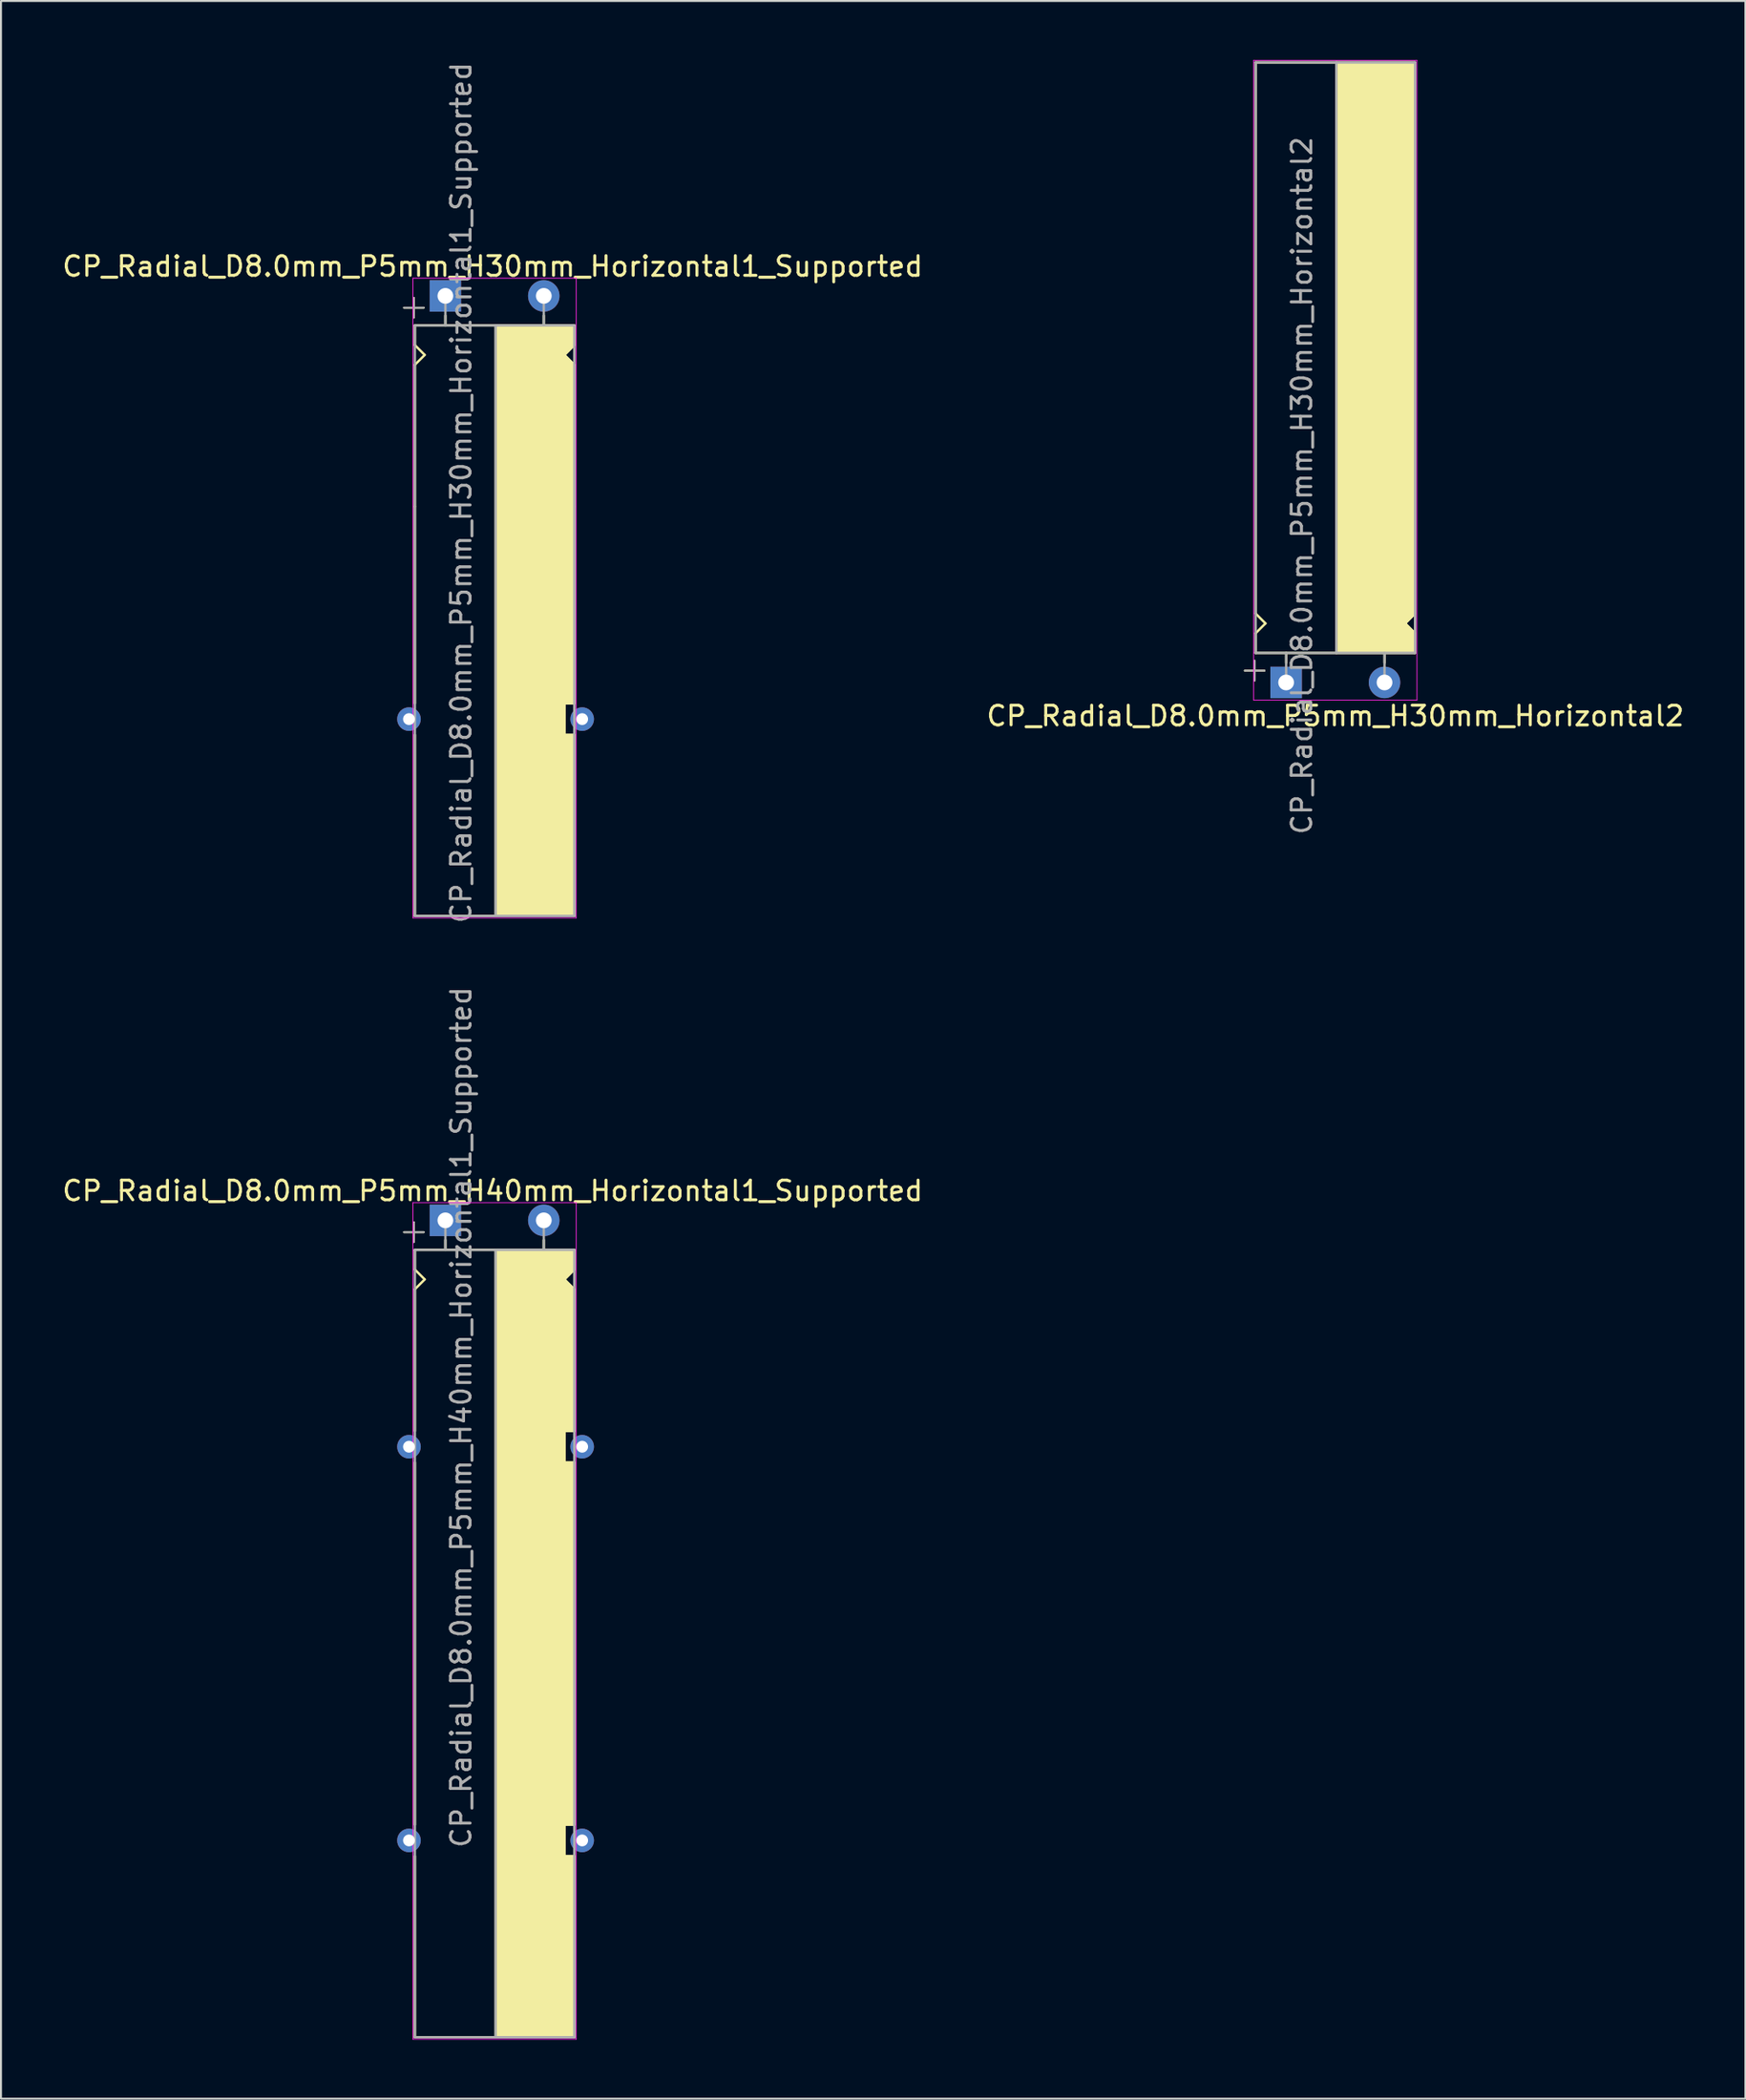
<source format=kicad_pcb>
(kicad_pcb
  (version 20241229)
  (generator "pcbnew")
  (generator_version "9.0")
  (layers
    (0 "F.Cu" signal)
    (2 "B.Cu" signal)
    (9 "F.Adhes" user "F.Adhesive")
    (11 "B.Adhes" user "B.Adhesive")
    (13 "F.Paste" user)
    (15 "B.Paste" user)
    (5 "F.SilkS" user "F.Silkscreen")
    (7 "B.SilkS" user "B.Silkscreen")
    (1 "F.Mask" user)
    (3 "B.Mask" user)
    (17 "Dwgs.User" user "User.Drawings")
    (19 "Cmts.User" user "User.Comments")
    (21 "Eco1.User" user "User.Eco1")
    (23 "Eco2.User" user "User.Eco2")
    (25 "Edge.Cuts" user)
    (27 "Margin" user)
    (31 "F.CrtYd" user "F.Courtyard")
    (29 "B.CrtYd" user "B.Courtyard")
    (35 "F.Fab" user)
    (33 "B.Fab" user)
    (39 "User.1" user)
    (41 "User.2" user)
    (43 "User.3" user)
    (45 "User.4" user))
  (footprint "CP_Radial_D8.0mm_P5mm_H30mm_Horizontal2"
    (layer "F.Cu")
    (at 63.104 31.62)
    (property "Reference" "CP_Radial_D8.0mm_P5mm_H30mm_Horizontal2" (at 1.7 1.7 0) (layer "F.SilkS") (effects (font (size 1 1) (thickness 0.15))))
    (attr through_hole)
    (fp_line (start -2.9 -0.6) (end -1.9 -0.6) (stroke (width 0.1) (type solid)) (layer "F.SilkS"))
    (fp_line (start -2.4 -0.1) (end -2.4 -1.1) (stroke (width 0.1) (type solid)) (layer "F.SilkS"))
    (fp_line (start -2.35 -31.5) (end 5.75 -31.5) (stroke (width 0.12) (type solid)) (layer "F.SilkS"))
    (fp_line (start -2.35 -3.5) (end -2.35 -31.5) (stroke (width 0.12) (type solid)) (layer "F.SilkS"))
    (fp_line (start -2.35 -3.5) (end -1.85 -3) (stroke (width 0.12) (type solid)) (layer "F.SilkS"))
    (fp_line (start -2.35 -2.5) (end -2.35 -1.5) (stroke (width 0.12) (type solid)) (layer "F.SilkS"))
    (fp_line (start -2.35 -1.5) (end 5.75 -1.5) (stroke (width 0.12) (type solid)) (layer "F.SilkS"))
    (fp_line (start -1.85 -3) (end -2.35 -2.5) (stroke (width 0.12) (type solid)) (layer "F.SilkS"))
    (fp_line (start -0.8 -1) (end -0.8 -1.5) (stroke (width 0.12) (type solid)) (layer "F.SilkS"))
    (fp_line (start 1.75 -31.5) (end 1.75 -1.5) (stroke (width 0.12) (type solid)) (layer "F.SilkS"))
    (fp_line (start 4.2 -1) (end 4.2 -1.5) (stroke (width 0.12) (type solid)) (layer "F.SilkS"))
    (fp_line (start 5.25 -3) (end 5.75 -2.5) (stroke (width 0.12) (type solid)) (layer "F.SilkS"))
    (fp_line (start 5.75 -21.5) (end 5.65 -21.5) (stroke (width 0.12) (type solid)) (layer "F.SilkS"))
    (fp_line (start 5.75 -3.5) (end 5.25 -3) (stroke (width 0.12) (type solid)) (layer "F.SilkS"))
    (fp_line (start 5.75 -3.5) (end 5.75 -31.5) (stroke (width 0.12) (type solid)) (layer "F.SilkS"))
    (fp_line (start 5.75 -2.5) (end 5.75 -1.5) (stroke (width 0.12) (type solid)) (layer "F.SilkS"))
    (fp_poly (pts (xy 5.75 -2.5) (xy 5.25 -3) (xy 5.75 -3.5) (xy 5.75 -31.5) (xy 1.75 -31.5) (xy 1.75 -1.5) (xy 5.75 -1.5)) (stroke (width 0.1) (type solid)) (fill yes) (layer "F.SilkS"))
    (fp_line (start -2.45 -31.6) (end -2.45 -1.5) (stroke (width 0.04) (type solid)) (layer "F.CrtYd"))
    (fp_line (start -2.45 -1.5) (end -2.45 0.9) (stroke (width 0.04) (type solid)) (layer "F.CrtYd"))
    (fp_line (start -2.45 0.9) (end 5.85 0.9) (stroke (width 0.04) (type solid)) (layer "F.CrtYd"))
    (fp_line (start 5.85 -31.6) (end -2.45 -31.6) (stroke (width 0.04) (type solid)) (layer "F.CrtYd"))
    (fp_line (start 5.85 0.9) (end 5.85 -31.6) (stroke (width 0.04) (type solid)) (layer "F.CrtYd"))
    (fp_line (start -2.9 -0.6) (end -1.9 -0.6) (stroke (width 0.1) (type solid)) (layer "F.Fab"))
    (fp_line (start -2.4 -0.1) (end -2.4 -1.1) (stroke (width 0.1) (type solid)) (layer "F.Fab"))
    (fp_line (start -2.35 -31.5) (end -2.35 -1.5) (stroke (width 0.12) (type solid)) (layer "F.Fab"))
    (fp_line (start -2.35 -1.5) (end 5.75 -1.5) (stroke (width 0.12) (type solid)) (layer "F.Fab"))
    (fp_line (start -0.8 -1.5) (end -0.8 0) (stroke (width 0.12) (type solid)) (layer "F.Fab"))
    (fp_line (start 1.75 -1.5) (end 1.75 -31.5) (stroke (width 0.12) (type solid)) (layer "F.Fab"))
    (fp_line (start 4.2 -1.5) (end 4.2 0) (stroke (width 0.12) (type solid)) (layer "F.Fab"))
    (fp_line (start 5.75 -31.5) (end -2.35 -31.5) (stroke (width 0.12) (type solid)) (layer "F.Fab"))
    (fp_line (start 5.75 -1.5) (end 5.75 -31.5) (stroke (width 0.12) (type solid)) (layer "F.Fab"))
    (fp_poly (pts (xy 5.75 -31.5) (xy 1.75 -31.5) (xy 1.75 -1.5) (xy 5.75 -1.5)) (stroke (width 0.1) (type solid)) (fill no) (layer "F.Fab"))
    (fp_text user "${REFERENCE}" (at 0 -10 90) (layer "F.Fab") (effects (font (size 1 1) (thickness 0.15))))
    (pad "1" thru_hole rect (at -0.8 0) (size 1.6 1.6) (drill 0.8) (layers "*.Cu" "*.Mask"))
    (pad "2" thru_hole circle (at 4.2 0) (size 1.6 1.6) (drill 0.8) (layers "*.Cu" "*.Mask")))
  (footprint "CP_Radial_D8.0mm_P5mm_H40mm_Horizontal1_Supported"
    (layer "F.Cu")
    (at 20.382 58.946)
    (property "Reference" "CP_Radial_D8.0mm_P5mm_H40mm_Horizontal1_Supported" (at 1.6 -1.5 0) (layer "F.SilkS") (effects (font (size 1 1) (thickness 0.15))))
    (attr through_hole)
    (fp_line (start -2.9 0.6) (end -1.9 0.6) (stroke (width 0.1) (type solid)) (layer "F.SilkS"))
    (fp_line (start -2.4 1.1) (end -2.4 0.1) (stroke (width 0.1) (type solid)) (layer "F.SilkS"))
    (fp_line (start -2.35 1.5) (end -2.35 2.5) (stroke (width 0.12) (type solid)) (layer "F.SilkS"))
    (fp_line (start -2.35 1.5) (end 5.75 1.5) (stroke (width 0.12) (type solid)) (layer "F.SilkS"))
    (fp_line (start -2.35 2.5) (end -1.85 3) (stroke (width 0.12) (type solid)) (layer "F.SilkS"))
    (fp_line (start -2.35 10.7) (end -2.35 3.5) (stroke (width 0.12) (type solid)) (layer "F.SilkS"))
    (fp_line (start -2.35 12.3) (end -2.35 30.7) (stroke (width 0.12) (type solid)) (layer "F.SilkS"))
    (fp_line (start -2.35 32.3) (end -2.35 41.5) (stroke (width 0.12) (type solid)) (layer "F.SilkS"))
    (fp_line (start -2.35 41.5) (end 5.65 41.5) (stroke (width 0.12) (type solid)) (layer "F.SilkS"))
    (fp_line (start -1.85 3) (end -2.35 3.5) (stroke (width 0.12) (type solid)) (layer "F.SilkS"))
    (fp_line (start -0.8 1) (end -0.8 1.5) (stroke (width 0.12) (type solid)) (layer "F.SilkS"))
    (fp_line (start 1.75 41.5) (end 1.75 1.5) (stroke (width 0.12) (type solid)) (layer "F.SilkS"))
    (fp_line (start 4.2 1) (end 4.2 1.5) (stroke (width 0.12) (type solid)) (layer "F.SilkS"))
    (fp_line (start 5.25 3) (end 5.75 2.5) (stroke (width 0.12) (type solid)) (layer "F.SilkS"))
    (fp_line (start 5.25 10.7) (end 5.25 12.3) (stroke (width 0.12) (type solid)) (layer "F.SilkS"))
    (fp_line (start 5.25 12.3) (end 5.75 12.3) (stroke (width 0.12) (type solid)) (layer "F.SilkS"))
    (fp_line (start 5.25 30.7) (end 5.25 32.3) (stroke (width 0.12) (type solid)) (layer "F.SilkS"))
    (fp_line (start 5.25 32.3) (end 5.75 32.3) (stroke (width 0.12) (type solid)) (layer "F.SilkS"))
    (fp_line (start 5.75 2.5) (end 5.75 1.5) (stroke (width 0.12) (type solid)) (layer "F.SilkS"))
    (fp_line (start 5.75 3.5) (end 5.25 3) (stroke (width 0.12) (type solid)) (layer "F.SilkS"))
    (fp_line (start 5.75 10.7) (end 5.25 10.7) (stroke (width 0.12) (type solid)) (layer "F.SilkS"))
    (fp_line (start 5.75 10.7) (end 5.75 3.5) (stroke (width 0.12) (type solid)) (layer "F.SilkS"))
    (fp_line (start 5.75 12.3) (end 5.75 30.7) (stroke (width 0.12) (type solid)) (layer "F.SilkS"))
    (fp_line (start 5.75 30.7) (end 5.25 30.7) (stroke (width 0.12) (type solid)) (layer "F.SilkS"))
    (fp_line (start 5.75 32.3) (end 5.75 41.5) (stroke (width 0.12) (type solid)) (layer "F.SilkS"))
    (fp_line (start 5.75 41.5) (end 5.65 41.5) (stroke (width 0.12) (type solid)) (layer "F.SilkS"))
    (fp_poly (pts (xy 5.75 2.5) (xy 5.25 3) (xy 5.75 3.5) (xy 5.75 10.7) (xy 5.25 10.7) (xy 5.25 12.3) (xy 5.75 12.3) (xy 5.75 30.7) (xy 5.25 30.7) (xy 5.25 32.3) (xy 5.75 32.3) (xy 5.75 41.5) (xy 1.75 41.5) (xy 1.75 1.5) (xy 5.75 1.5)) (stroke (width 0.1) (type solid)) (fill yes) (layer "F.SilkS"))
    (fp_line (start -2.45 -0.9) (end 5.85 -0.9) (stroke (width 0.04) (type solid)) (layer "F.CrtYd"))
    (fp_line (start -2.45 1.5) (end -2.45 -0.9) (stroke (width 0.04) (type solid)) (layer "F.CrtYd"))
    (fp_line (start -2.45 41.6) (end -2.45 1.5) (stroke (width 0.04) (type solid)) (layer "F.CrtYd"))
    (fp_line (start 5.85 -0.9) (end 5.85 41.6) (stroke (width 0.04) (type solid)) (layer "F.CrtYd"))
    (fp_line (start 5.85 41.6) (end -2.45 41.6) (stroke (width 0.04) (type solid)) (layer "F.CrtYd"))
    (fp_line (start -2.9 0.6) (end -1.9 0.6) (stroke (width 0.1) (type solid)) (layer "F.Fab"))
    (fp_line (start -2.4 1.1) (end -2.4 0.1) (stroke (width 0.1) (type solid)) (layer "F.Fab"))
    (fp_line (start -2.35 1.5) (end 5.75 1.5) (stroke (width 0.12) (type solid)) (layer "F.Fab"))
    (fp_line (start -2.35 41.5) (end -2.35 1.5) (stroke (width 0.12) (type solid)) (layer "F.Fab"))
    (fp_line (start -0.8 1.5) (end -0.8 0) (stroke (width 0.12) (type solid)) (layer "F.Fab"))
    (fp_line (start 1.75 1.5) (end 1.75 41.5) (stroke (width 0.12) (type solid)) (layer "F.Fab"))
    (fp_line (start 4.2 1.5) (end 4.2 0) (stroke (width 0.12) (type solid)) (layer "F.Fab"))
    (fp_line (start 5.75 1.5) (end 5.75 41.5) (stroke (width 0.12) (type solid)) (layer "F.Fab"))
    (fp_line (start 5.75 41.5) (end -2.35 41.5) (stroke (width 0.12) (type solid)) (layer "F.Fab"))
    (fp_poly (pts (xy 5.75 41.5) (xy 1.75 41.5) (xy 1.75 1.5) (xy 5.75 1.5)) (stroke (width 0.1) (type solid)) (fill no) (layer "F.Fab"))
    (fp_text user "${REFERENCE}" (at 0 10 90) (layer "F.Fab") (effects (font (size 1 1) (thickness 0.15))))
    (pad "" thru_hole circle (at -2.65 11.5) (size 1.2 1.2) (drill 0.6) (layers "*.Cu" "*.Mask"))
    (pad "" thru_hole circle (at -2.65 31.5) (size 1.2 1.2) (drill 0.6) (layers "*.Cu" "*.Mask"))
    (pad "" thru_hole circle (at 6.15 11.5) (size 1.2 1.2) (drill 0.6) (layers "*.Cu" "*.Mask"))
    (pad "" thru_hole circle (at 6.15 31.5) (size 1.2 1.2) (drill 0.6) (layers "*.Cu" "*.Mask"))
    (pad "1" thru_hole rect (at -0.8 0) (size 1.6 1.6) (drill 0.8) (layers "*.Cu" "*.Mask"))
    (pad "2" thru_hole circle (at 4.2 0) (size 1.6 1.6) (drill 0.8) (layers "*.Cu" "*.Mask")))
  (footprint "CP_Radial_D8.0mm_P5mm_H30mm_Horizontal1_Supported"
    (layer "F.Cu")
    (at 20.382 11.982)
    (property "Reference" "CP_Radial_D8.0mm_P5mm_H30mm_Horizontal1_Supported" (at 1.6 -1.5 0) (layer "F.SilkS") (effects (font (size 1 1) (thickness 0.15))))
    (attr through_hole)
    (fp_line (start -2.9 0.6) (end -1.9 0.6) (stroke (width 0.1) (type solid)) (layer "F.SilkS"))
    (fp_line (start -2.4 1.1) (end -2.4 0.1) (stroke (width 0.1) (type solid)) (layer "F.SilkS"))
    (fp_line (start -2.35 1.5) (end -2.35 2.5) (stroke (width 0.12) (type solid)) (layer "F.SilkS"))
    (fp_line (start -2.35 1.5) (end 5.75 1.5) (stroke (width 0.12) (type solid)) (layer "F.SilkS"))
    (fp_line (start -2.35 2.5) (end -1.85 3) (stroke (width 0.12) (type solid)) (layer "F.SilkS"))
    (fp_line (start -2.35 10.7) (end -2.35 3.5) (stroke (width 0.12) (type solid)) (layer "F.SilkS"))
    (fp_line (start -2.35 10.7) (end -2.35 20.7) (stroke (width 0.12) (type solid)) (layer "F.SilkS"))
    (fp_line (start -2.35 22.3) (end -2.35 31.5) (stroke (width 0.12) (type solid)) (layer "F.SilkS"))
    (fp_line (start -2.35 31.5) (end 5.65 31.5) (stroke (width 0.12) (type solid)) (layer "F.SilkS"))
    (fp_line (start -1.85 3) (end -2.35 3.5) (stroke (width 0.12) (type solid)) (layer "F.SilkS"))
    (fp_line (start -0.8 1) (end -0.8 1.5) (stroke (width 0.12) (type solid)) (layer "F.SilkS"))
    (fp_line (start 1.75 31.5) (end 1.75 1.5) (stroke (width 0.12) (type solid)) (layer "F.SilkS"))
    (fp_line (start 4.2 1) (end 4.2 1.5) (stroke (width 0.12) (type solid)) (layer "F.SilkS"))
    (fp_line (start 5.25 3) (end 5.75 2.5) (stroke (width 0.12) (type solid)) (layer "F.SilkS"))
    (fp_line (start 5.25 20.7) (end 5.25 22.3) (stroke (width 0.12) (type solid)) (layer "F.SilkS"))
    (fp_line (start 5.25 22.3) (end 5.75 22.3) (stroke (width 0.12) (type solid)) (layer "F.SilkS"))
    (fp_line (start 5.75 2.5) (end 5.75 1.5) (stroke (width 0.12) (type solid)) (layer "F.SilkS"))
    (fp_line (start 5.75 3.5) (end 5.25 3) (stroke (width 0.12) (type solid)) (layer "F.SilkS"))
    (fp_line (start 5.75 10.7) (end 5.75 3.5) (stroke (width 0.12) (type solid)) (layer "F.SilkS"))
    (fp_line (start 5.75 20.7) (end 5.25 20.7) (stroke (width 0.12) (type solid)) (layer "F.SilkS"))
    (fp_line (start 5.75 20.7) (end 5.75 10.7) (stroke (width 0.12) (type solid)) (layer "F.SilkS"))
    (fp_line (start 5.75 22.3) (end 5.75 31.5) (stroke (width 0.12) (type solid)) (layer "F.SilkS"))
    (fp_line (start 5.75 31.5) (end 5.65 31.5) (stroke (width 0.12) (type solid)) (layer "F.SilkS"))
    (fp_poly (pts (xy 5.75 2.5) (xy 5.25 3) (xy 5.75 3.5) (xy 5.75 20.7) (xy 5.25 20.7) (xy 5.25 22.3) (xy 5.75 22.3) (xy 5.75 31.5) (xy 1.75 31.5) (xy 1.75 1.5) (xy 5.75 1.5)) (stroke (width 0.1) (type solid)) (fill yes) (layer "F.SilkS"))
    (fp_line (start -2.45 -0.9) (end 5.85 -0.9) (stroke (width 0.04) (type solid)) (layer "F.CrtYd"))
    (fp_line (start -2.45 1.5) (end -2.45 -0.9) (stroke (width 0.04) (type solid)) (layer "F.CrtYd"))
    (fp_line (start -2.45 31.6) (end -2.45 1.5) (stroke (width 0.04) (type solid)) (layer "F.CrtYd"))
    (fp_line (start 5.85 -0.9) (end 5.85 31.6) (stroke (width 0.04) (type solid)) (layer "F.CrtYd"))
    (fp_line (start 5.85 31.6) (end -2.45 31.6) (stroke (width 0.04) (type solid)) (layer "F.CrtYd"))
    (fp_line (start -2.9 0.6) (end -1.9 0.6) (stroke (width 0.1) (type solid)) (layer "F.Fab"))
    (fp_line (start -2.4 1.1) (end -2.4 0.1) (stroke (width 0.1) (type solid)) (layer "F.Fab"))
    (fp_line (start -2.35 1.5) (end 5.75 1.5) (stroke (width 0.12) (type solid)) (layer "F.Fab"))
    (fp_line (start -2.35 31.5) (end -2.35 1.5) (stroke (width 0.12) (type solid)) (layer "F.Fab"))
    (fp_line (start -0.8 1.5) (end -0.8 0) (stroke (width 0.12) (type solid)) (layer "F.Fab"))
    (fp_line (start 1.75 1.5) (end 1.75 31.5) (stroke (width 0.12) (type solid)) (layer "F.Fab"))
    (fp_line (start 4.2 1.5) (end 4.2 0) (stroke (width 0.12) (type solid)) (layer "F.Fab"))
    (fp_line (start 5.75 1.5) (end 5.75 31.5) (stroke (width 0.12) (type solid)) (layer "F.Fab"))
    (fp_line (start 5.75 31.5) (end -2.35 31.5) (stroke (width 0.12) (type solid)) (layer "F.Fab"))
    (fp_poly (pts (xy 5.75 31.5) (xy 1.75 31.5) (xy 1.75 1.5) (xy 5.75 1.5)) (stroke (width 0.1) (type solid)) (fill no) (layer "F.Fab"))
    (fp_text user "${REFERENCE}" (at 0 10 90) (layer "F.Fab") (effects (font (size 1 1) (thickness 0.15))))
    (pad "" thru_hole circle (at -2.65 21.5) (size 1.2 1.2) (drill 0.6) (layers "*.Cu" "*.Mask"))
    (pad "" thru_hole circle (at 6.15 21.5) (size 1.2 1.2) (drill 0.6) (layers "*.Cu" "*.Mask"))
    (pad "1" thru_hole rect (at -0.8 0) (size 1.6 1.6) (drill 0.8) (layers "*.Cu" "*.Mask"))
    (pad "2" thru_hole circle (at 4.2 0) (size 1.6 1.6) (drill 0.8) (layers "*.Cu" "*.Mask")))
  (gr_rect
    (start -3 -3)
    (end 85.643 103.566)
    (stroke (width 0.1) (type default))
    (fill no)
    (layer "Edge.Cuts")))
</source>
